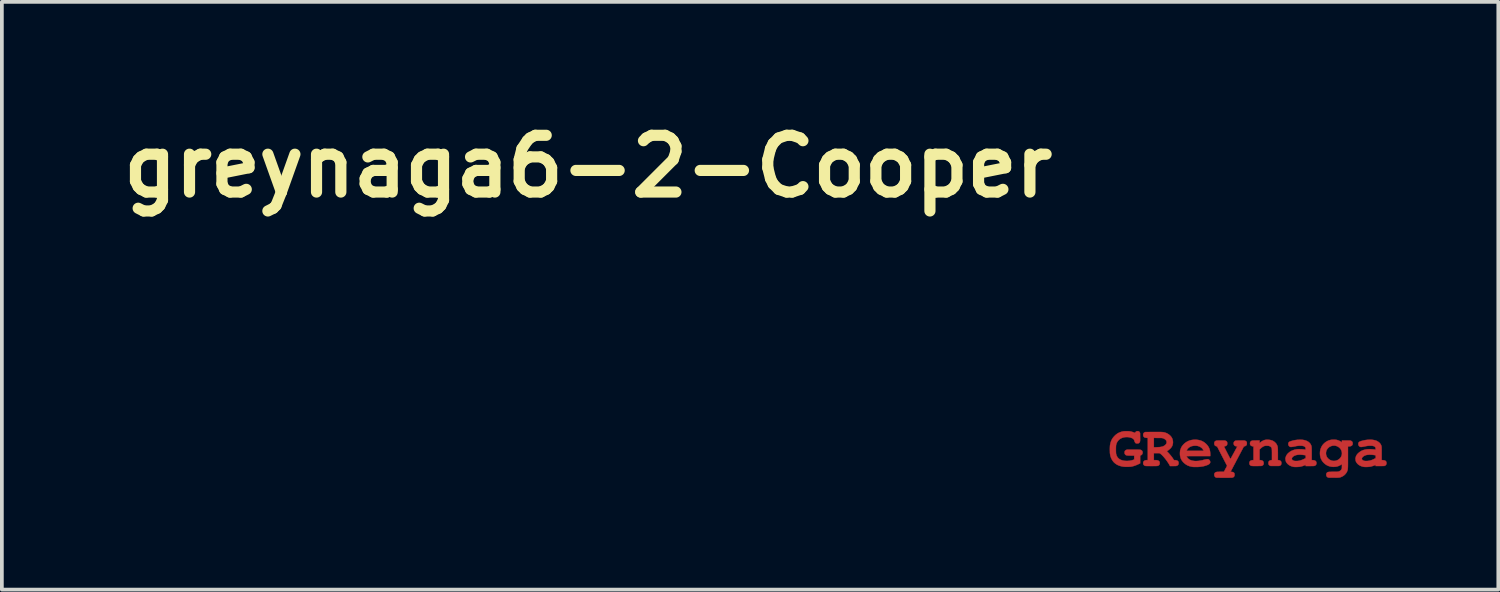
<source format=kicad_pcb>
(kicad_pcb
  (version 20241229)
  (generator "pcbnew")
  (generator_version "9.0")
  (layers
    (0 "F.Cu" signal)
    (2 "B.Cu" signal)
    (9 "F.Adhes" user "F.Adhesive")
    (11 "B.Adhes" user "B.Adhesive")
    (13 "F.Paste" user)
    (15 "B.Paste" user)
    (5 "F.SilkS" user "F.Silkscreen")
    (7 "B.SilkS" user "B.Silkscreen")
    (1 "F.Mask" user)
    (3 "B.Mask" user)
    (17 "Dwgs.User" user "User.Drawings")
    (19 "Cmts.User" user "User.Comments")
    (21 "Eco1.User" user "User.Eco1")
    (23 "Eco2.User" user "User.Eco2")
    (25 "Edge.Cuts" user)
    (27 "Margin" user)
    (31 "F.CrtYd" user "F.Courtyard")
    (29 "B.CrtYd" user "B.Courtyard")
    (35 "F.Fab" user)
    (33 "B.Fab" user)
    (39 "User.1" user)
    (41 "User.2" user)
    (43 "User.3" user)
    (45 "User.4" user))
  (footprint "greynaga6-2-Cooper"
    (layer "F.Cu")
    (at 30.494 9.018)
    (property "Reference" "greynaga6-2-Cooper" (at -17.75 -7.6 0) (layer "F.SilkS") (effects (font (size 1.524 1.524) (thickness 0.3))))
    (attr through_hole)
    (fp_poly (pts (xy -1.409 -0.258) (xy -1.362 -0.252) (xy -1.317 -0.242) (xy -1.274 -0.227) (xy -1.236 -0.209) (xy -1.232 -0.206) (xy -1.193 -0.181) (xy -1.158 -0.151) (xy -1.127 -0.119) (xy -1.1 -0.084) (xy -1.079 -0.048) (xy -1.071 -0.032) (xy -1.06 -0.0002) (xy -1.051 0.032) (xy -1.045 0.067) (xy -1.042 0.106) (xy -1.041 0.142) (xy -1.041 0.181) (xy -1.361 0.181) (xy -1.413 0.181) (xy -1.459 0.181) (xy -1.5 0.181) (xy -1.535 0.181) (xy -1.565 0.181) (xy -1.591 0.181) (xy -1.613 0.181) (xy -1.63 0.182) (xy -1.645 0.182) (xy -1.656 0.182) (xy -1.664 0.183) (xy -1.67 0.183) (xy -1.675 0.184) (xy -1.677 0.184) (xy -1.678 0.185) (xy -1.678 0.186) (xy -1.678 0.187) (xy -1.671 0.2) (xy -1.661 0.216) (xy -1.649 0.232) (xy -1.636 0.246) (xy -1.611 0.267) (xy -1.581 0.284) (xy -1.546 0.298) (xy -1.507 0.307) (xy -1.464 0.313) (xy -1.418 0.314) (xy -1.369 0.311) (xy -1.356 0.31) (xy -1.335 0.307) (xy -1.315 0.304) (xy -1.294 0.3) (xy -1.271 0.296) (xy -1.245 0.29) (xy -1.215 0.282) (xy -1.203 0.279) (xy -1.174 0.272) (xy -1.149 0.268) (xy -1.129 0.265) (xy -1.113 0.264) (xy -1.099 0.266) (xy -1.088 0.269) (xy -1.078 0.275) (xy -1.069 0.282) (xy -1.055 0.297) (xy -1.047 0.314) (xy -1.043 0.334) (xy -1.043 0.34) (xy -1.043 0.353) (xy -1.045 0.361) (xy -1.049 0.369) (xy -1.053 0.375) (xy -1.063 0.388) (xy -1.077 0.399) (xy -1.095 0.41) (xy -1.117 0.42) (xy -1.144 0.43) (xy -1.176 0.441) (xy -1.184 0.443) (xy -1.223 0.453) (xy -1.267 0.461) (xy -1.314 0.467) (xy -1.341 0.47) (xy -1.356 0.471) (xy -1.376 0.472) (xy -1.398 0.472) (xy -1.422 0.472) (xy -1.445 0.473) (xy -1.467 0.472) (xy -1.486 0.472) (xy -1.501 0.471) (xy -1.508 0.471) (xy -1.516 0.47) (xy -1.528 0.468) (xy -1.543 0.465) (xy -1.55 0.464) (xy -1.599 0.451) (xy -1.645 0.434) (xy -1.687 0.411) (xy -1.725 0.383) (xy -1.756 0.356) (xy -1.786 0.322) (xy -1.811 0.287) (xy -1.83 0.249) (xy -1.843 0.209) (xy -1.852 0.165) (xy -1.854 0.144) (xy -1.855 0.095) (xy -1.851 0.048) (xy -1.849 0.038) (xy -1.676 0.038) (xy -1.222 0.038) (xy -1.224 0.029) (xy -1.229 0.017) (xy -1.237 0.002) (xy -1.249 -0.014) (xy -1.261 -0.029) (xy -1.264 -0.031) (xy -1.283 -0.047) (xy -1.305 -0.062) (xy -1.329 -0.075) (xy -1.348 -0.083) (xy -1.384 -0.093) (xy -1.423 -0.098) (xy -1.462 -0.098) (xy -1.502 -0.094) (xy -1.539 -0.086) (xy -1.555 -0.081) (xy -1.584 -0.067) (xy -1.611 -0.05) (xy -1.634 -0.03) (xy -1.653 -0.008) (xy -1.667 0.015) (xy -1.672 0.026) (xy -1.676 0.038) (xy -1.849 0.038) (xy -1.84 0.003) (xy -1.824 -0.04) (xy -1.803 -0.079) (xy -1.775 -0.116) (xy -1.742 -0.15) (xy -1.734 -0.158) (xy -1.7 -0.184) (xy -1.667 -0.205) (xy -1.632 -0.223) (xy -1.596 -0.237) (xy -1.551 -0.249) (xy -1.505 -0.256) (xy -1.457 -0.259) (xy -1.409 -0.258)) (stroke (width 0.01) (type solid)) (fill yes) (layer "F.Cu"))
    (fp_poly (pts (xy 3.295 -0.258) (xy 3.342 -0.252) (xy 3.385 -0.243) (xy 3.402 -0.238) (xy 3.436 -0.224) (xy 3.467 -0.206) (xy 3.495 -0.185) (xy 3.518 -0.162) (xy 3.536 -0.136) (xy 3.541 -0.126) (xy 3.546 -0.117) (xy 3.549 -0.109) (xy 3.552 -0.101) (xy 3.555 -0.092) (xy 3.557 -0.082) (xy 3.559 -0.071) (xy 3.56 -0.058) (xy 3.561 -0.041) (xy 3.561 -0.022) (xy 3.562 0.002) (xy 3.562 0.029) (xy 3.562 0.062) (xy 3.562 0.101) (xy 3.562 0.115) (xy 3.562 0.288) (xy 3.595 0.29) (xy 3.622 0.293) (xy 3.644 0.298) (xy 3.661 0.306) (xy 3.674 0.317) (xy 3.684 0.331) (xy 3.688 0.34) (xy 3.69 0.35) (xy 3.691 0.363) (xy 3.691 0.37) (xy 3.691 0.384) (xy 3.689 0.393) (xy 3.687 0.401) (xy 3.683 0.409) (xy 3.681 0.411) (xy 3.673 0.423) (xy 3.663 0.431) (xy 3.653 0.437) (xy 3.634 0.446) (xy 3.517 0.447) (xy 3.4 0.448) (xy 3.4 0.416) (xy 3.382 0.424) (xy 3.356 0.435) (xy 3.325 0.446) (xy 3.294 0.455) (xy 3.264 0.463) (xy 3.243 0.466) (xy 3.219 0.469) (xy 3.192 0.471) (xy 3.164 0.472) (xy 3.136 0.472) (xy 3.111 0.472) (xy 3.088 0.47) (xy 3.073 0.468) (xy 3.033 0.458) (xy 2.996 0.444) (xy 2.962 0.426) (xy 2.932 0.405) (xy 2.907 0.38) (xy 2.886 0.353) (xy 2.871 0.324) (xy 2.865 0.307) (xy 2.862 0.289) (xy 2.861 0.267) (xy 2.861 0.255) (xy 3.029 0.255) (xy 3.032 0.267) (xy 3.041 0.28) (xy 3.054 0.291) (xy 3.072 0.301) (xy 3.093 0.308) (xy 3.1 0.31) (xy 3.117 0.312) (xy 3.138 0.313) (xy 3.163 0.313) (xy 3.188 0.311) (xy 3.213 0.308) (xy 3.236 0.304) (xy 3.239 0.304) (xy 3.272 0.295) (xy 3.304 0.284) (xy 3.336 0.27) (xy 3.364 0.256) (xy 3.402 0.237) (xy 3.403 0.198) (xy 3.404 0.159) (xy 3.384 0.156) (xy 3.346 0.15) (xy 3.308 0.146) (xy 3.27 0.144) (xy 3.235 0.143) (xy 3.202 0.145) (xy 3.174 0.148) (xy 3.151 0.152) (xy 3.122 0.162) (xy 3.095 0.174) (xy 3.073 0.188) (xy 3.054 0.204) (xy 3.04 0.221) (xy 3.032 0.238) (xy 3.029 0.255) (xy 2.861 0.255) (xy 2.861 0.243) (xy 2.864 0.22) (xy 2.869 0.2) (xy 2.871 0.193) (xy 2.882 0.168) (xy 2.895 0.146) (xy 2.912 0.124) (xy 2.926 0.109) (xy 2.959 0.08) (xy 2.994 0.055) (xy 3.033 0.034) (xy 3.075 0.018) (xy 3.122 0.006) (xy 3.14 0.003) (xy 3.165 -0.001) (xy 3.195 -0.003) (xy 3.229 -0.004) (xy 3.264 -0.004) (xy 3.299 -0.002) (xy 3.333 0.000095) (xy 3.364 0.004) (xy 3.392 0.008) (xy 3.392 0.008) (xy 3.4 0.01) (xy 3.4 -0.016) (xy 3.4 -0.033) (xy 3.397 -0.046) (xy 3.392 -0.056) (xy 3.384 -0.066) (xy 3.38 -0.069) (xy 3.365 -0.08) (xy 3.345 -0.088) (xy 3.322 -0.094) (xy 3.294 -0.097) (xy 3.26 -0.098) (xy 3.256 -0.098) (xy 3.237 -0.098) (xy 3.218 -0.097) (xy 3.199 -0.095) (xy 3.178 -0.093) (xy 3.155 -0.089) (xy 3.127 -0.084) (xy 3.1 -0.078) (xy 3.07 -0.072) (xy 3.045 -0.068) (xy 3.026 -0.065) (xy 3.009 -0.064) (xy 2.996 -0.065) (xy 2.985 -0.068) (xy 2.975 -0.072) (xy 2.966 -0.079) (xy 2.961 -0.083) (xy 2.948 -0.099) (xy 2.939 -0.117) (xy 2.935 -0.137) (xy 2.935 -0.158) (xy 2.941 -0.177) (xy 2.949 -0.19) (xy 2.955 -0.197) (xy 2.965 -0.204) (xy 2.978 -0.21) (xy 2.995 -0.217) (xy 3.017 -0.224) (xy 3.029 -0.227) (xy 3.083 -0.241) (xy 3.138 -0.251) (xy 3.192 -0.257) (xy 3.245 -0.259) (xy 3.295 -0.258)) (stroke (width 0.01) (type solid)) (fill yes) (layer "F.Cu"))
    (fp_poly (pts (xy 0.542 -0.256) (xy 0.582 -0.249) (xy 0.619 -0.238) (xy 0.653 -0.222) (xy 0.684 -0.2) (xy 0.707 -0.179) (xy 0.72 -0.165) (xy 0.731 -0.152) (xy 0.739 -0.139) (xy 0.747 -0.124) (xy 0.753 -0.112) (xy 0.758 -0.101) (xy 0.762 -0.091) (xy 0.765 -0.08) (xy 0.768 -0.069) (xy 0.77 -0.055) (xy 0.772 -0.04) (xy 0.773 -0.022) (xy 0.774 -0.001) (xy 0.774 0.025) (xy 0.774 0.055) (xy 0.775 0.09) (xy 0.775 0.127) (xy 0.775 0.288) (xy 0.795 0.29) (xy 0.819 0.295) (xy 0.839 0.304) (xy 0.854 0.316) (xy 0.864 0.332) (xy 0.869 0.353) (xy 0.87 0.368) (xy 0.868 0.39) (xy 0.863 0.407) (xy 0.853 0.421) (xy 0.848 0.426) (xy 0.842 0.431) (xy 0.837 0.435) (xy 0.831 0.439) (xy 0.825 0.441) (xy 0.817 0.443) (xy 0.807 0.444) (xy 0.794 0.445) (xy 0.777 0.446) (xy 0.757 0.446) (xy 0.731 0.446) (xy 0.699 0.446) (xy 0.579 0.446) (xy 0.56 0.437) (xy 0.543 0.426) (xy 0.532 0.414) (xy 0.525 0.399) (xy 0.522 0.379) (xy 0.521 0.377) (xy 0.522 0.353) (xy 0.527 0.333) (xy 0.536 0.317) (xy 0.551 0.305) (xy 0.571 0.296) (xy 0.592 0.291) (xy 0.616 0.287) (xy 0.616 0.143) (xy 0.616 0.106) (xy 0.616 0.074) (xy 0.615 0.048) (xy 0.615 0.026) (xy 0.614 0.008) (xy 0.613 -0.006) (xy 0.612 -0.018) (xy 0.61 -0.027) (xy 0.607 -0.035) (xy 0.604 -0.041) (xy 0.601 -0.048) (xy 0.598 -0.052) (xy 0.585 -0.066) (xy 0.568 -0.079) (xy 0.548 -0.088) (xy 0.54 -0.091) (xy 0.53 -0.094) (xy 0.518 -0.095) (xy 0.503 -0.096) (xy 0.483 -0.097) (xy 0.476 -0.097) (xy 0.457 -0.097) (xy 0.443 -0.096) (xy 0.433 -0.095) (xy 0.424 -0.094) (xy 0.415 -0.091) (xy 0.407 -0.088) (xy 0.383 -0.077) (xy 0.357 -0.062) (xy 0.331 -0.041) (xy 0.312 -0.024) (xy 0.283 0.004) (xy 0.283 0.289) (xy 0.295 0.289) (xy 0.31 0.29) (xy 0.327 0.293) (xy 0.343 0.297) (xy 0.355 0.301) (xy 0.355 0.302) (xy 0.373 0.313) (xy 0.385 0.329) (xy 0.391 0.348) (xy 0.394 0.371) (xy 0.392 0.392) (xy 0.385 0.41) (xy 0.375 0.424) (xy 0.358 0.435) (xy 0.351 0.439) (xy 0.347 0.441) (xy 0.343 0.442) (xy 0.338 0.443) (xy 0.332 0.444) (xy 0.324 0.445) (xy 0.314 0.446) (xy 0.3 0.446) (xy 0.283 0.446) (xy 0.261 0.446) (xy 0.234 0.447) (xy 0.206 0.447) (xy 0.172 0.447) (xy 0.143 0.447) (xy 0.119 0.447) (xy 0.101 0.446) (xy 0.086 0.446) (xy 0.076 0.445) (xy 0.069 0.444) (xy 0.065 0.443) (xy 0.044 0.435) (xy 0.028 0.423) (xy 0.018 0.409) (xy 0.012 0.391) (xy 0.01 0.368) (xy 0.01 0.367) (xy 0.012 0.345) (xy 0.02 0.326) (xy 0.033 0.311) (xy 0.048 0.302) (xy 0.06 0.297) (xy 0.076 0.293) (xy 0.092 0.29) (xy 0.108 0.289) (xy 0.109 0.289) (xy 0.121 0.289) (xy 0.121 -0.078) (xy 0.098 -0.082) (xy 0.085 -0.085) (xy 0.072 -0.089) (xy 0.064 -0.092) (xy 0.047 -0.104) (xy 0.035 -0.119) (xy 0.028 -0.138) (xy 0.026 -0.159) (xy 0.029 -0.182) (xy 0.03 -0.186) (xy 0.038 -0.203) (xy 0.052 -0.218) (xy 0.071 -0.229) (xy 0.076 -0.231) (xy 0.081 -0.233) (xy 0.086 -0.234) (xy 0.093 -0.235) (xy 0.103 -0.236) (xy 0.115 -0.236) (xy 0.131 -0.237) (xy 0.152 -0.237) (xy 0.178 -0.237) (xy 0.185 -0.238) (xy 0.283 -0.239) (xy 0.283 -0.168) (xy 0.302 -0.185) (xy 0.323 -0.201) (xy 0.341 -0.214) (xy 0.36 -0.225) (xy 0.379 -0.235) (xy 0.4 -0.244) (xy 0.421 -0.251) (xy 0.443 -0.255) (xy 0.468 -0.258) (xy 0.497 -0.258) (xy 0.542 -0.256)) (stroke (width 0.01) (type solid)) (fill yes) (layer "F.Cu"))
    (fp_poly (pts (xy 1.429 -0.257) (xy 1.477 -0.25) (xy 1.52 -0.238) (xy 1.559 -0.222) (xy 1.59 -0.205) (xy 1.617 -0.183) (xy 1.64 -0.159) (xy 1.658 -0.132) (xy 1.661 -0.125) (xy 1.665 -0.116) (xy 1.669 -0.107) (xy 1.672 -0.099) (xy 1.675 -0.09) (xy 1.677 -0.079) (xy 1.679 -0.067) (xy 1.68 -0.053) (xy 1.681 -0.035) (xy 1.682 -0.015) (xy 1.682 0.01) (xy 1.683 0.039) (xy 1.683 0.073) (xy 1.683 0.114) (xy 1.683 0.119) (xy 1.683 0.289) (xy 1.703 0.289) (xy 1.733 0.291) (xy 1.759 0.297) (xy 1.779 0.306) (xy 1.795 0.319) (xy 1.805 0.336) (xy 1.81 0.353) (xy 1.811 0.377) (xy 1.807 0.398) (xy 1.798 0.416) (xy 1.784 0.43) (xy 1.765 0.441) (xy 1.758 0.443) (xy 1.753 0.444) (xy 1.745 0.445) (xy 1.736 0.446) (xy 1.723 0.447) (xy 1.706 0.447) (xy 1.685 0.447) (xy 1.66 0.448) (xy 1.631 0.448) (xy 1.521 0.448) (xy 1.521 0.432) (xy 1.521 0.423) (xy 1.52 0.417) (xy 1.519 0.416) (xy 1.516 0.417) (xy 1.508 0.421) (xy 1.502 0.424) (xy 1.478 0.434) (xy 1.45 0.445) (xy 1.418 0.454) (xy 1.385 0.462) (xy 1.353 0.468) (xy 1.348 0.468) (xy 1.333 0.47) (xy 1.313 0.471) (xy 1.291 0.472) (xy 1.268 0.473) (xy 1.246 0.473) (xy 1.226 0.472) (xy 1.209 0.471) (xy 1.2 0.47) (xy 1.157 0.46) (xy 1.117 0.445) (xy 1.081 0.426) (xy 1.049 0.402) (xy 1.031 0.385) (xy 1.011 0.361) (xy 0.996 0.338) (xy 0.987 0.313) (xy 0.981 0.287) (xy 0.98 0.257) (xy 0.98 0.253) (xy 1.149 0.253) (xy 1.152 0.268) (xy 1.161 0.282) (xy 1.176 0.293) (xy 1.196 0.303) (xy 1.219 0.31) (xy 1.234 0.312) (xy 1.253 0.313) (xy 1.276 0.313) (xy 1.299 0.312) (xy 1.321 0.31) (xy 1.341 0.307) (xy 1.346 0.306) (xy 1.391 0.295) (xy 1.438 0.277) (xy 1.478 0.259) (xy 1.522 0.237) (xy 1.523 0.198) (xy 1.523 0.183) (xy 1.523 0.171) (xy 1.523 0.162) (xy 1.522 0.159) (xy 1.522 0.159) (xy 1.518 0.158) (xy 1.509 0.157) (xy 1.497 0.155) (xy 1.491 0.154) (xy 1.446 0.148) (xy 1.403 0.144) (xy 1.362 0.143) (xy 1.326 0.144) (xy 1.294 0.148) (xy 1.266 0.154) (xy 1.265 0.154) (xy 1.235 0.165) (xy 1.209 0.177) (xy 1.187 0.192) (xy 1.169 0.208) (xy 1.157 0.225) (xy 1.15 0.243) (xy 1.149 0.253) (xy 0.98 0.253) (xy 0.98 0.24) (xy 0.981 0.227) (xy 0.984 0.215) (xy 0.988 0.201) (xy 0.99 0.196) (xy 1.003 0.165) (xy 1.022 0.136) (xy 1.046 0.108) (xy 1.056 0.099) (xy 1.091 0.07) (xy 1.13 0.046) (xy 1.172 0.027) (xy 1.218 0.011) (xy 1.269 0.001) (xy 1.277 -0.000348) (xy 1.299 -0.003) (xy 1.325 -0.004) (xy 1.355 -0.004) (xy 1.387 -0.003) (xy 1.42 -0.002) (xy 1.451 0.000411) (xy 1.48 0.004) (xy 1.506 0.007) (xy 1.511 0.008) (xy 1.521 0.01) (xy 1.52 -0.018) (xy 1.52 -0.032) (xy 1.518 -0.042) (xy 1.516 -0.049) (xy 1.513 -0.055) (xy 1.509 -0.059) (xy 1.495 -0.073) (xy 1.476 -0.084) (xy 1.453 -0.091) (xy 1.424 -0.096) (xy 1.39 -0.098) (xy 1.378 -0.098) (xy 1.36 -0.098) (xy 1.343 -0.098) (xy 1.326 -0.096) (xy 1.309 -0.094) (xy 1.29 -0.092) (xy 1.268 -0.088) (xy 1.242 -0.082) (xy 1.224 -0.079) (xy 1.19 -0.072) (xy 1.161 -0.068) (xy 1.138 -0.065) (xy 1.12 -0.065) (xy 1.106 -0.067) (xy 1.097 -0.071) (xy 1.079 -0.084) (xy 1.065 -0.101) (xy 1.057 -0.122) (xy 1.055 -0.136) (xy 1.055 -0.158) (xy 1.06 -0.176) (xy 1.07 -0.191) (xy 1.074 -0.195) (xy 1.081 -0.201) (xy 1.087 -0.205) (xy 1.096 -0.209) (xy 1.107 -0.214) (xy 1.123 -0.219) (xy 1.13 -0.221) (xy 1.167 -0.232) (xy 1.201 -0.241) (xy 1.233 -0.247) (xy 1.267 -0.252) (xy 1.303 -0.256) (xy 1.322 -0.257) (xy 1.377 -0.259) (xy 1.429 -0.257)) (stroke (width 0.01) (type solid)) (fill yes) (layer "F.Cu"))
    (fp_poly (pts (xy -2.416 -0.466) (xy -2.391 -0.466) (xy -2.369 -0.466) (xy -2.35 -0.465) (xy -2.334 -0.464) (xy -2.32 -0.463) (xy -2.308 -0.462) (xy -2.297 -0.46) (xy -2.287 -0.458) (xy -2.277 -0.456) (xy -2.266 -0.453) (xy -2.263 -0.452) (xy -2.223 -0.439) (xy -2.186 -0.421) (xy -2.152 -0.399) (xy -2.121 -0.373) (xy -2.095 -0.345) (xy -2.074 -0.314) (xy -2.064 -0.294) (xy -2.052 -0.261) (xy -2.045 -0.225) (xy -2.042 -0.188) (xy -2.045 -0.155) (xy -2.053 -0.12) (xy -2.066 -0.086) (xy -2.085 -0.055) (xy -2.111 -0.025) (xy -2.121 -0.015) (xy -2.132 -0.005) (xy -2.144 0.005) (xy -2.158 0.016) (xy -2.172 0.027) (xy -2.186 0.036) (xy -2.197 0.043) (xy -2.204 0.047) (xy -2.207 0.048) (xy -2.207 0.05) (xy -2.202 0.055) (xy -2.194 0.064) (xy -2.184 0.074) (xy -2.182 0.075) (xy -2.139 0.122) (xy -2.096 0.173) (xy -2.055 0.227) (xy -2.034 0.26) (xy -2.015 0.289) (xy -1.995 0.289) (xy -1.975 0.29) (xy -1.954 0.294) (xy -1.936 0.299) (xy -1.922 0.306) (xy -1.919 0.307) (xy -1.905 0.32) (xy -1.896 0.336) (xy -1.891 0.356) (xy -1.891 0.368) (xy -1.893 0.391) (xy -1.9 0.41) (xy -1.911 0.425) (xy -1.928 0.436) (xy -1.945 0.443) (xy -1.952 0.445) (xy -1.962 0.446) (xy -1.975 0.447) (xy -1.992 0.447) (xy -2.015 0.448) (xy -2.04 0.448) (xy -2.121 0.448) (xy -2.138 0.416) (xy -2.157 0.384) (xy -2.178 0.352) (xy -2.2 0.319) (xy -2.224 0.286) (xy -2.248 0.254) (xy -2.273 0.224) (xy -2.297 0.196) (xy -2.321 0.17) (xy -2.343 0.148) (xy -2.363 0.13) (xy -2.381 0.116) (xy -2.389 0.111) (xy -2.405 0.102) (xy -2.48 0.102) (xy -2.556 0.102) (xy -2.556 0.289) (xy -2.52 0.289) (xy -2.489 0.29) (xy -2.463 0.294) (xy -2.442 0.3) (xy -2.426 0.309) (xy -2.413 0.32) (xy -2.407 0.33) (xy -2.402 0.34) (xy -2.4 0.349) (xy -2.399 0.361) (xy -2.399 0.368) (xy -2.401 0.391) (xy -2.407 0.41) (xy -2.418 0.424) (xy -2.426 0.43) (xy -2.431 0.434) (xy -2.437 0.437) (xy -2.443 0.44) (xy -2.449 0.442) (xy -2.458 0.444) (xy -2.468 0.445) (xy -2.481 0.446) (xy -2.497 0.447) (xy -2.518 0.447) (xy -2.542 0.447) (xy -2.572 0.448) (xy -2.607 0.448) (xy -2.622 0.448) (xy -2.658 0.448) (xy -2.688 0.447) (xy -2.712 0.447) (xy -2.733 0.447) (xy -2.749 0.447) (xy -2.761 0.446) (xy -2.771 0.446) (xy -2.779 0.445) (xy -2.785 0.444) (xy -2.789 0.443) (xy -2.793 0.442) (xy -2.813 0.432) (xy -2.828 0.418) (xy -2.838 0.401) (xy -2.842 0.38) (xy -2.842 0.356) (xy -2.841 0.352) (xy -2.835 0.332) (xy -2.824 0.316) (xy -2.808 0.304) (xy -2.786 0.295) (xy -2.761 0.29) (xy -2.736 0.289) (xy -2.718 0.289) (xy -2.718 -0.057) (xy -2.556 -0.057) (xy -2.506 -0.057) (xy -2.484 -0.057) (xy -2.46 -0.058) (xy -2.436 -0.059) (xy -2.416 -0.06) (xy -2.413 -0.06) (xy -2.379 -0.064) (xy -2.35 -0.069) (xy -2.323 -0.076) (xy -2.298 -0.086) (xy -2.293 -0.089) (xy -2.271 -0.101) (xy -2.251 -0.116) (xy -2.235 -0.133) (xy -2.223 -0.15) (xy -2.22 -0.154) (xy -2.215 -0.171) (xy -2.213 -0.191) (xy -2.214 -0.21) (xy -2.219 -0.227) (xy -2.219 -0.227) (xy -2.231 -0.247) (xy -2.249 -0.265) (xy -2.272 -0.281) (xy -2.298 -0.294) (xy -2.31 -0.298) (xy -2.317 -0.3) (xy -2.323 -0.302) (xy -2.329 -0.303) (xy -2.336 -0.304) (xy -2.345 -0.305) (xy -2.356 -0.306) (xy -2.371 -0.306) (xy -2.389 -0.307) (xy -2.412 -0.307) (xy -2.441 -0.307) (xy -2.446 -0.307) (xy -2.556 -0.308) (xy -2.556 -0.057) (xy -2.718 -0.057) (xy -2.718 -0.307) (xy -2.749 -0.309) (xy -2.777 -0.312) (xy -2.8 -0.318) (xy -2.817 -0.328) (xy -2.83 -0.341) (xy -2.838 -0.358) (xy -2.842 -0.378) (xy -2.842 -0.389) (xy -2.841 -0.411) (xy -2.835 -0.428) (xy -2.826 -0.442) (xy -2.813 -0.452) (xy -2.802 -0.458) (xy -2.786 -0.465) (xy -2.567 -0.466) (xy -2.521 -0.466) (xy -2.481 -0.466) (xy -2.446 -0.466) (xy -2.416 -0.466)) (stroke (width 0.01) (type solid)) (fill yes) (layer "F.Cu"))
    (fp_poly (pts (xy -2.975 -0.487) (xy -2.959 -0.482) (xy -2.949 -0.475) (xy -2.942 -0.467) (xy -2.935 -0.456) (xy -2.926 -0.437) (xy -2.925 -0.333) (xy -2.925 -0.303) (xy -2.924 -0.279) (xy -2.925 -0.259) (xy -2.925 -0.244) (xy -2.925 -0.233) (xy -2.926 -0.224) (xy -2.927 -0.217) (xy -2.929 -0.212) (xy -2.937 -0.191) (xy -2.947 -0.176) (xy -2.962 -0.166) (xy -2.98 -0.16) (xy -3.001 -0.159) (xy -3.015 -0.159) (xy -3.028 -0.161) (xy -3.036 -0.163) (xy -3.036 -0.163) (xy -3.048 -0.17) (xy -3.057 -0.181) (xy -3.066 -0.196) (xy -3.074 -0.216) (xy -3.082 -0.242) (xy -3.083 -0.243) (xy -3.09 -0.26) (xy -3.104 -0.276) (xy -3.122 -0.29) (xy -3.145 -0.303) (xy -3.171 -0.313) (xy -3.201 -0.321) (xy -3.232 -0.327) (xy -3.266 -0.33) (xy -3.301 -0.33) (xy -3.336 -0.327) (xy -3.344 -0.326) (xy -3.386 -0.316) (xy -3.424 -0.302) (xy -3.459 -0.283) (xy -3.49 -0.259) (xy -3.517 -0.231) (xy -3.539 -0.2) (xy -3.556 -0.164) (xy -3.568 -0.126) (xy -3.57 -0.115) (xy -3.572 -0.101) (xy -3.573 -0.083) (xy -3.574 -0.061) (xy -3.575 -0.036) (xy -3.575 -0.009) (xy -3.575 0.018) (xy -3.575 0.044) (xy -3.574 0.069) (xy -3.573 0.09) (xy -3.572 0.108) (xy -3.57 0.12) (xy -3.56 0.158) (xy -3.545 0.191) (xy -3.525 0.22) (xy -3.501 0.246) (xy -3.472 0.267) (xy -3.438 0.284) (xy -3.399 0.297) (xy -3.355 0.306) (xy -3.34 0.308) (xy -3.296 0.311) (xy -3.251 0.31) (xy -3.205 0.306) (xy -3.161 0.298) (xy -3.12 0.286) (xy -3.108 0.282) (xy -3.083 0.273) (xy -3.083 0.169) (xy -3.177 0.167) (xy -3.208 0.167) (xy -3.232 0.166) (xy -3.252 0.165) (xy -3.268 0.164) (xy -3.28 0.162) (xy -3.291 0.16) (xy -3.299 0.157) (xy -3.307 0.154) (xy -3.314 0.149) (xy -3.315 0.148) (xy -3.328 0.136) (xy -3.337 0.119) (xy -3.342 0.1) (xy -3.342 0.078) (xy -3.34 0.063) (xy -3.334 0.045) (xy -3.324 0.032) (xy -3.309 0.021) (xy -3.297 0.016) (xy -3.278 0.008) (xy -3.104 0.008) (xy -3.065 0.008) (xy -3.033 0.008) (xy -3.006 0.008) (xy -2.984 0.008) (xy -2.965 0.009) (xy -2.951 0.009) (xy -2.939 0.009) (xy -2.93 0.01) (xy -2.923 0.011) (xy -2.918 0.012) (xy -2.913 0.013) (xy -2.911 0.014) (xy -2.89 0.023) (xy -2.874 0.036) (xy -2.864 0.053) (xy -2.858 0.073) (xy -2.858 0.084) (xy -2.86 0.107) (xy -2.867 0.127) (xy -2.879 0.143) (xy -2.896 0.155) (xy -2.905 0.16) (xy -2.924 0.169) (xy -2.924 0.375) (xy -2.969 0.397) (xy -3.009 0.415) (xy -3.046 0.43) (xy -3.08 0.442) (xy -3.114 0.452) (xy -3.149 0.461) (xy -3.156 0.462) (xy -3.169 0.464) (xy -3.187 0.466) (xy -3.208 0.467) (xy -3.233 0.468) (xy -3.259 0.469) (xy -3.284 0.469) (xy -3.309 0.469) (xy -3.331 0.468) (xy -3.35 0.467) (xy -3.361 0.466) (xy -3.401 0.46) (xy -3.442 0.451) (xy -3.481 0.439) (xy -3.517 0.425) (xy -3.543 0.412) (xy -3.582 0.388) (xy -3.617 0.359) (xy -3.648 0.326) (xy -3.674 0.288) (xy -3.697 0.247) (xy -3.714 0.203) (xy -3.727 0.156) (xy -3.733 0.115) (xy -3.735 0.099) (xy -3.736 0.077) (xy -3.736 0.053) (xy -3.737 0.025) (xy -3.737 -0.003) (xy -3.737 -0.03) (xy -3.736 -0.056) (xy -3.735 -0.079) (xy -3.734 -0.097) (xy -3.734 -0.101) (xy -3.726 -0.147) (xy -3.714 -0.193) (xy -3.698 -0.235) (xy -3.694 -0.243) (xy -3.679 -0.273) (xy -3.663 -0.299) (xy -3.645 -0.323) (xy -3.624 -0.347) (xy -3.608 -0.364) (xy -3.573 -0.396) (xy -3.537 -0.423) (xy -3.498 -0.445) (xy -3.457 -0.462) (xy -3.411 -0.476) (xy -3.393 -0.48) (xy -3.381 -0.482) (xy -3.37 -0.484) (xy -3.359 -0.486) (xy -3.345 -0.486) (xy -3.329 -0.487) (xy -3.308 -0.487) (xy -3.289 -0.487) (xy -3.262 -0.487) (xy -3.24 -0.487) (xy -3.223 -0.486) (xy -3.208 -0.484) (xy -3.194 -0.483) (xy -3.188 -0.482) (xy -3.162 -0.476) (xy -3.134 -0.468) (xy -3.107 -0.459) (xy -3.083 -0.45) (xy -3.081 -0.449) (xy -3.069 -0.444) (xy -3.063 -0.443) (xy -3.061 -0.444) (xy -3.057 -0.452) (xy -3.049 -0.462) (xy -3.04 -0.472) (xy -3.03 -0.48) (xy -3.027 -0.482) (xy -3.012 -0.487) (xy -2.994 -0.489) (xy -2.975 -0.487)) (stroke (width 0.01) (type solid)) (fill yes) (layer "F.Cu"))
    (fp_poly (pts (xy 2.299 -0.258) (xy 2.316 -0.258) (xy 2.329 -0.257) (xy 2.34 -0.256) (xy 2.35 -0.255) (xy 2.36 -0.252) (xy 2.369 -0.25) (xy 2.404 -0.239) (xy 2.437 -0.224) (xy 2.468 -0.206) (xy 2.473 -0.202) (xy 2.494 -0.187) (xy 2.496 -0.238) (xy 2.602 -0.238) (xy 2.631 -0.238) (xy 2.658 -0.238) (xy 2.681 -0.237) (xy 2.7 -0.237) (xy 2.714 -0.236) (xy 2.723 -0.235) (xy 2.724 -0.235) (xy 2.745 -0.227) (xy 2.762 -0.215) (xy 2.775 -0.2) (xy 2.782 -0.181) (xy 2.784 -0.162) (xy 2.783 -0.141) (xy 2.778 -0.124) (xy 2.769 -0.11) (xy 2.767 -0.108) (xy 2.754 -0.097) (xy 2.738 -0.089) (xy 2.719 -0.083) (xy 2.695 -0.08) (xy 2.69 -0.08) (xy 2.657 -0.078) (xy 2.657 0.198) (xy 2.657 0.251) (xy 2.657 0.299) (xy 2.657 0.341) (xy 2.657 0.378) (xy 2.657 0.41) (xy 2.656 0.438) (xy 2.656 0.462) (xy 2.655 0.482) (xy 2.654 0.499) (xy 2.653 0.514) (xy 2.652 0.527) (xy 2.651 0.537) (xy 2.649 0.546) (xy 2.647 0.555) (xy 2.645 0.562) (xy 2.644 0.564) (xy 2.63 0.602) (xy 2.609 0.637) (xy 2.584 0.668) (xy 2.554 0.696) (xy 2.52 0.72) (xy 2.482 0.739) (xy 2.443 0.753) (xy 2.437 0.754) (xy 2.43 0.756) (xy 2.424 0.757) (xy 2.416 0.758) (xy 2.406 0.759) (xy 2.394 0.759) (xy 2.379 0.76) (xy 2.36 0.76) (xy 2.336 0.76) (xy 2.307 0.761) (xy 2.283 0.761) (xy 2.253 0.761) (xy 2.226 0.761) (xy 2.2 0.761) (xy 2.178 0.76) (xy 2.16 0.76) (xy 2.146 0.76) (xy 2.138 0.759) (xy 2.136 0.759) (xy 2.114 0.751) (xy 2.096 0.739) (xy 2.084 0.723) (xy 2.077 0.704) (xy 2.076 0.703) (xy 2.074 0.68) (xy 2.076 0.659) (xy 2.083 0.64) (xy 2.094 0.626) (xy 2.095 0.624) (xy 2.102 0.619) (xy 2.108 0.615) (xy 2.116 0.612) (xy 2.126 0.609) (xy 2.138 0.607) (xy 2.154 0.605) (xy 2.173 0.604) (xy 2.196 0.604) (xy 2.225 0.603) (xy 2.259 0.603) (xy 2.26 0.603) (xy 2.294 0.603) (xy 2.322 0.603) (xy 2.345 0.602) (xy 2.365 0.601) (xy 2.38 0.6) (xy 2.393 0.598) (xy 2.404 0.596) (xy 2.414 0.593) (xy 2.423 0.59) (xy 2.428 0.588) (xy 2.45 0.574) (xy 2.468 0.558) (xy 2.482 0.537) (xy 2.484 0.534) (xy 2.494 0.513) (xy 2.496 0.396) (xy 2.476 0.41) (xy 2.452 0.424) (xy 2.425 0.438) (xy 2.396 0.45) (xy 2.368 0.459) (xy 2.337 0.465) (xy 2.302 0.469) (xy 2.264 0.47) (xy 2.227 0.468) (xy 2.19 0.462) (xy 2.161 0.455) (xy 2.118 0.44) (xy 2.078 0.419) (xy 2.041 0.393) (xy 2.007 0.363) (xy 1.978 0.33) (xy 1.953 0.293) (xy 1.933 0.253) (xy 1.918 0.211) (xy 1.918 0.208) (xy 1.908 0.159) (xy 1.905 0.11) (xy 1.905 0.105) (xy 2.066 0.105) (xy 2.069 0.141) (xy 2.078 0.174) (xy 2.092 0.205) (xy 2.112 0.233) (xy 2.117 0.238) (xy 2.144 0.264) (xy 2.175 0.284) (xy 2.208 0.299) (xy 2.243 0.308) (xy 2.279 0.311) (xy 2.317 0.308) (xy 2.327 0.306) (xy 2.361 0.296) (xy 2.392 0.281) (xy 2.421 0.261) (xy 2.446 0.237) (xy 2.466 0.21) (xy 2.482 0.179) (xy 2.491 0.151) (xy 2.495 0.125) (xy 2.495 0.097) (xy 2.492 0.07) (xy 2.486 0.044) (xy 2.485 0.042) (xy 2.471 0.01) (xy 2.451 -0.019) (xy 2.427 -0.044) (xy 2.4 -0.065) (xy 2.369 -0.082) (xy 2.337 -0.094) (xy 2.303 -0.1) (xy 2.268 -0.101) (xy 2.263 -0.1) (xy 2.243 -0.098) (xy 2.226 -0.094) (xy 2.209 -0.089) (xy 2.191 -0.081) (xy 2.182 -0.077) (xy 2.167 -0.07) (xy 2.154 -0.062) (xy 2.143 -0.053) (xy 2.13 -0.04) (xy 2.126 -0.037) (xy 2.103 -0.011) (xy 2.086 0.016) (xy 2.074 0.045) (xy 2.068 0.076) (xy 2.066 0.105) (xy 1.905 0.105) (xy 1.907 0.062) (xy 1.915 0.014) (xy 1.93 -0.031) (xy 1.942 -0.059) (xy 1.955 -0.084) (xy 1.968 -0.106) (xy 1.984 -0.126) (xy 2.003 -0.147) (xy 2.02 -0.164) (xy 2.055 -0.193) (xy 2.093 -0.217) (xy 2.133 -0.236) (xy 2.178 -0.25) (xy 2.186 -0.252) (xy 2.197 -0.254) (xy 2.209 -0.256) (xy 2.221 -0.257) (xy 2.236 -0.258) (xy 2.254 -0.258) (xy 2.276 -0.258) (xy 2.299 -0.258)) (stroke (width 0.01) (type solid)) (fill yes) (layer "F.Cu"))
    (fp_poly (pts (xy -0.693 -0.238) (xy -0.678 -0.238) (xy -0.667 -0.237) (xy -0.658 -0.237) (xy -0.65 -0.236) (xy -0.644 -0.234) (xy -0.638 -0.233) (xy -0.635 -0.232) (xy -0.615 -0.224) (xy -0.601 -0.214) (xy -0.591 -0.2) (xy -0.586 -0.182) (xy -0.585 -0.16) (xy -0.585 -0.152) (xy -0.586 -0.137) (xy -0.589 -0.127) (xy -0.592 -0.118) (xy -0.595 -0.115) (xy -0.608 -0.1) (xy -0.626 -0.09) (xy -0.649 -0.083) (xy -0.651 -0.082) (xy -0.661 -0.08) (xy -0.669 -0.079) (xy -0.672 -0.078) (xy -0.671 -0.075) (xy -0.667 -0.067) (xy -0.661 -0.054) (xy -0.653 -0.038) (xy -0.643 -0.019) (xy -0.632 0.003) (xy -0.62 0.028) (xy -0.607 0.053) (xy -0.593 0.08) (xy -0.58 0.106) (xy -0.566 0.133) (xy -0.553 0.158) (xy -0.54 0.182) (xy -0.529 0.204) (xy -0.519 0.223) (xy -0.511 0.239) (xy -0.504 0.251) (xy -0.5 0.258) (xy -0.499 0.26) (xy -0.497 0.258) (xy -0.492 0.25) (xy -0.485 0.237) (xy -0.476 0.221) (xy -0.465 0.2) (xy -0.452 0.177) (xy -0.438 0.151) (xy -0.422 0.122) (xy -0.406 0.092) (xy -0.405 0.091) (xy -0.314 -0.078) (xy -0.332 -0.08) (xy -0.359 -0.086) (xy -0.38 -0.095) (xy -0.395 -0.108) (xy -0.406 -0.125) (xy -0.412 -0.145) (xy -0.412 -0.168) (xy -0.412 -0.169) (xy -0.409 -0.186) (xy -0.403 -0.2) (xy -0.393 -0.212) (xy -0.39 -0.215) (xy -0.385 -0.22) (xy -0.379 -0.225) (xy -0.373 -0.228) (xy -0.365 -0.231) (xy -0.356 -0.233) (xy -0.344 -0.234) (xy -0.328 -0.236) (xy -0.309 -0.236) (xy -0.285 -0.237) (xy -0.255 -0.237) (xy -0.24 -0.237) (xy -0.21 -0.238) (xy -0.186 -0.238) (xy -0.167 -0.238) (xy -0.152 -0.238) (xy -0.14 -0.237) (xy -0.131 -0.237) (xy -0.124 -0.236) (xy -0.117 -0.235) (xy -0.111 -0.233) (xy -0.108 -0.232) (xy -0.088 -0.224) (xy -0.073 -0.212) (xy -0.063 -0.198) (xy -0.06 -0.19) (xy -0.058 -0.174) (xy -0.058 -0.156) (xy -0.06 -0.138) (xy -0.064 -0.123) (xy -0.065 -0.119) (xy -0.075 -0.106) (xy -0.09 -0.095) (xy -0.107 -0.086) (xy -0.12 -0.082) (xy -0.138 -0.079) (xy -0.317 0.26) (xy -0.34 0.303) (xy -0.361 0.345) (xy -0.382 0.385) (xy -0.402 0.422) (xy -0.42 0.457) (xy -0.437 0.489) (xy -0.452 0.518) (xy -0.465 0.543) (xy -0.476 0.563) (xy -0.485 0.58) (xy -0.491 0.592) (xy -0.494 0.599) (xy -0.495 0.601) (xy -0.492 0.602) (xy -0.485 0.603) (xy -0.474 0.604) (xy -0.471 0.604) (xy -0.445 0.608) (xy -0.425 0.614) (xy -0.41 0.622) (xy -0.399 0.634) (xy -0.396 0.639) (xy -0.392 0.647) (xy -0.39 0.656) (xy -0.389 0.668) (xy -0.389 0.681) (xy -0.389 0.695) (xy -0.39 0.706) (xy -0.392 0.713) (xy -0.396 0.721) (xy -0.398 0.724) (xy -0.407 0.737) (xy -0.419 0.747) (xy -0.435 0.754) (xy -0.444 0.757) (xy -0.448 0.758) (xy -0.454 0.759) (xy -0.46 0.76) (xy -0.469 0.76) (xy -0.48 0.761) (xy -0.495 0.761) (xy -0.513 0.761) (xy -0.534 0.762) (xy -0.561 0.762) (xy -0.592 0.762) (xy -0.628 0.762) (xy -0.667 0.762) (xy -0.709 0.762) (xy -0.746 0.762) (xy -0.777 0.762) (xy -0.803 0.761) (xy -0.825 0.761) (xy -0.843 0.761) (xy -0.856 0.76) (xy -0.867 0.76) (xy -0.875 0.759) (xy -0.88 0.758) (xy -0.884 0.757) (xy -0.884 0.757) (xy -0.899 0.75) (xy -0.911 0.74) (xy -0.922 0.726) (xy -0.922 0.725) (xy -0.927 0.716) (xy -0.93 0.708) (xy -0.932 0.697) (xy -0.933 0.684) (xy -0.933 0.671) (xy -0.932 0.661) (xy -0.93 0.653) (xy -0.926 0.645) (xy -0.919 0.634) (xy -0.91 0.624) (xy -0.906 0.622) (xy -0.898 0.617) (xy -0.89 0.613) (xy -0.881 0.61) (xy -0.87 0.607) (xy -0.856 0.605) (xy -0.838 0.604) (xy -0.817 0.604) (xy -0.79 0.603) (xy -0.765 0.603) (xy -0.674 0.603) (xy -0.632 0.523) (xy -0.621 0.503) (xy -0.611 0.484) (xy -0.602 0.468) (xy -0.596 0.455) (xy -0.591 0.446) (xy -0.59 0.442) (xy -0.59 0.442) (xy -0.591 0.438) (xy -0.595 0.43) (xy -0.602 0.417) (xy -0.611 0.4) (xy -0.622 0.378) (xy -0.635 0.353) (xy -0.65 0.324) (xy -0.666 0.293) (xy -0.683 0.259) (xy -0.702 0.223) (xy -0.721 0.185) (xy -0.724 0.181) (xy -0.857 -0.078) (xy -0.871 -0.081) (xy -0.893 -0.089) (xy -0.91 -0.1) (xy -0.923 -0.113) (xy -0.93 -0.13) (xy -0.933 -0.151) (xy -0.933 -0.159) (xy -0.932 -0.181) (xy -0.926 -0.198) (xy -0.917 -0.212) (xy -0.902 -0.223) (xy -0.891 -0.229) (xy -0.886 -0.231) (xy -0.882 -0.233) (xy -0.877 -0.234) (xy -0.87 -0.235) (xy -0.861 -0.236) (xy -0.85 -0.236) (xy -0.835 -0.237) (xy -0.815 -0.237) (xy -0.791 -0.237) (xy -0.766 -0.238) (xy -0.736 -0.238) (xy -0.712 -0.238) (xy -0.693 -0.238)) (stroke (width 0.01) (type solid)) (fill yes) (layer "F.Cu")))
  (gr_rect
    (start -3 -3)
    (end 37.189 12.785)
    (stroke (width 0.1) (type default))
    (fill no)
    (layer "Edge.Cuts")))
</source>
